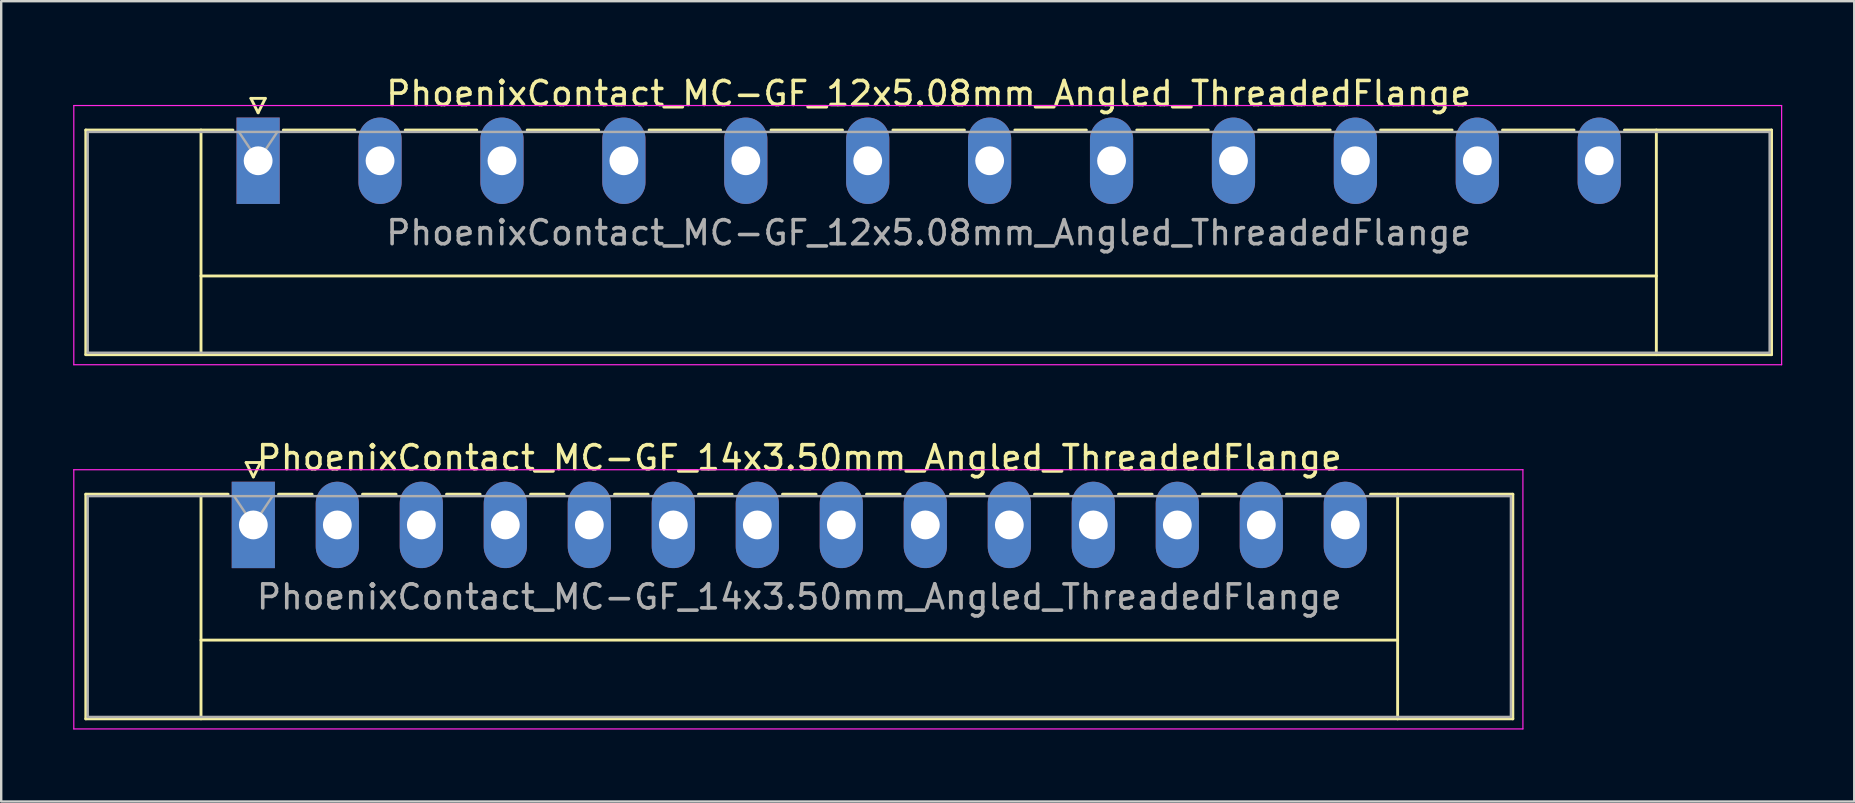
<source format=kicad_pcb>
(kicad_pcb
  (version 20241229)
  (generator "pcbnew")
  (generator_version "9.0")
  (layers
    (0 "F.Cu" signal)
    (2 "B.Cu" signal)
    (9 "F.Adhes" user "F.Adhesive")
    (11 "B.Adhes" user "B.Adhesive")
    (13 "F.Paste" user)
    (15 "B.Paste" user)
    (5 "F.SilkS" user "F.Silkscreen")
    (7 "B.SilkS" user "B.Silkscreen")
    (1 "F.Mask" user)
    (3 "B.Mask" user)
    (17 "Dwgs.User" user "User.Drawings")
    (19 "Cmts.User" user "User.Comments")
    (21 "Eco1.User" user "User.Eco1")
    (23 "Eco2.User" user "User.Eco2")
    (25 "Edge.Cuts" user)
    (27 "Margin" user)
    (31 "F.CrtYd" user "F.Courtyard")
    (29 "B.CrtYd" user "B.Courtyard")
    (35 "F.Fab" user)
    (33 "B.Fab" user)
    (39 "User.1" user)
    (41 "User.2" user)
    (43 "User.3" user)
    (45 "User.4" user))
  (footprint "PhoenixContact_MC-GF_14x3.50mm_Angled_ThreadedFlange"
    (layer "F.Cu")
    (at 7.505 18.822)
    (property "Reference" "PhoenixContact_MC-GF_14x3.50mm_Angled_ThreadedFlange" (at 22.75 -2.8 0) (layer "F.SilkS") (effects (font (size 1 1) (thickness 0.15))))
    (attr through_hole)
    (fp_line (start -6.98 -1.28) (end -6.98 8.08) (stroke (width 0.12) (type solid)) (layer "F.SilkS"))
    (fp_line (start -6.98 -1.28) (end -1.05 -1.28) (stroke (width 0.12) (type solid)) (layer "F.SilkS"))
    (fp_line (start -6.98 8.08) (end 52.48 8.08) (stroke (width 0.12) (type solid)) (layer "F.SilkS"))
    (fp_line (start -2.18 -1.28) (end -2.18 8.08) (stroke (width 0.12) (type solid)) (layer "F.SilkS"))
    (fp_line (start -2.18 4.8) (end 47.68 4.8) (stroke (width 0.12) (type solid)) (layer "F.SilkS"))
    (fp_line (start -0.3 -2.6) (end 0.3 -2.6) (stroke (width 0.12) (type solid)) (layer "F.SilkS"))
    (fp_line (start 0 -2) (end -0.3 -2.6) (stroke (width 0.12) (type solid)) (layer "F.SilkS"))
    (fp_line (start 0.3 -2.6) (end 0 -2) (stroke (width 0.12) (type solid)) (layer "F.SilkS"))
    (fp_line (start 1.05 -1.28) (end 2.45 -1.28) (stroke (width 0.12) (type solid)) (layer "F.SilkS"))
    (fp_line (start 4.55 -1.28) (end 5.95 -1.28) (stroke (width 0.12) (type solid)) (layer "F.SilkS"))
    (fp_line (start 8.05 -1.28) (end 9.45 -1.28) (stroke (width 0.12) (type solid)) (layer "F.SilkS"))
    (fp_line (start 11.55 -1.28) (end 12.95 -1.28) (stroke (width 0.12) (type solid)) (layer "F.SilkS"))
    (fp_line (start 15.05 -1.28) (end 16.45 -1.28) (stroke (width 0.12) (type solid)) (layer "F.SilkS"))
    (fp_line (start 18.55 -1.28) (end 19.95 -1.28) (stroke (width 0.12) (type solid)) (layer "F.SilkS"))
    (fp_line (start 22.05 -1.28) (end 23.45 -1.28) (stroke (width 0.12) (type solid)) (layer "F.SilkS"))
    (fp_line (start 25.55 -1.28) (end 26.95 -1.28) (stroke (width 0.12) (type solid)) (layer "F.SilkS"))
    (fp_line (start 29.05 -1.28) (end 30.45 -1.28) (stroke (width 0.12) (type solid)) (layer "F.SilkS"))
    (fp_line (start 32.55 -1.28) (end 33.95 -1.28) (stroke (width 0.12) (type solid)) (layer "F.SilkS"))
    (fp_line (start 36.05 -1.28) (end 37.45 -1.28) (stroke (width 0.12) (type solid)) (layer "F.SilkS"))
    (fp_line (start 39.55 -1.28) (end 40.95 -1.28) (stroke (width 0.12) (type solid)) (layer "F.SilkS"))
    (fp_line (start 43.05 -1.28) (end 44.45 -1.28) (stroke (width 0.12) (type solid)) (layer "F.SilkS"))
    (fp_line (start 47.68 -1.28) (end 47.68 8.08) (stroke (width 0.12) (type solid)) (layer "F.SilkS"))
    (fp_line (start 52.48 -1.28) (end 46.55 -1.28) (stroke (width 0.12) (type solid)) (layer "F.SilkS"))
    (fp_line (start 52.48 8.08) (end 52.48 -1.28) (stroke (width 0.12) (type solid)) (layer "F.SilkS"))
    (fp_line (start -7.48 -2.3) (end -7.48 8.5) (stroke (width 0.05) (type solid)) (layer "F.CrtYd"))
    (fp_line (start -7.48 8.5) (end 52.9 8.5) (stroke (width 0.05) (type solid)) (layer "F.CrtYd"))
    (fp_line (start 52.9 -2.3) (end -7.48 -2.3) (stroke (width 0.05) (type solid)) (layer "F.CrtYd"))
    (fp_line (start 52.9 8.5) (end 52.9 -2.3) (stroke (width 0.05) (type solid)) (layer "F.CrtYd"))
    (fp_line (start -6.9 -1.2) (end -6.9 8) (stroke (width 0.1) (type solid)) (layer "F.Fab"))
    (fp_line (start -6.9 8) (end 52.4 8) (stroke (width 0.1) (type solid)) (layer "F.Fab"))
    (fp_line (start 0 0) (end -0.8 -1.2) (stroke (width 0.1) (type solid)) (layer "F.Fab"))
    (fp_line (start 0.8 -1.2) (end 0 0) (stroke (width 0.1) (type solid)) (layer "F.Fab"))
    (fp_line (start 52.4 -1.2) (end -6.9 -1.2) (stroke (width 0.1) (type solid)) (layer "F.Fab"))
    (fp_line (start 52.4 8) (end 52.4 -1.2) (stroke (width 0.1) (type solid)) (layer "F.Fab"))
    (fp_text user "${REFERENCE}" (at 22.75 3 0) (layer "F.Fab") (effects (font (size 1 1) (thickness 0.15))))
    (pad "1" thru_hole rect (at 0 0) (size 1.8 3.6) (drill 1.2) (layers "*.Cu" "*.Mask"))
    (pad "2" thru_hole oval (at 3.5 0) (size 1.8 3.6) (drill 1.2) (layers "*.Cu" "*.Mask"))
    (pad "3" thru_hole oval (at 7 0) (size 1.8 3.6) (drill 1.2) (layers "*.Cu" "*.Mask"))
    (pad "4" thru_hole oval (at 10.5 0) (size 1.8 3.6) (drill 1.2) (layers "*.Cu" "*.Mask"))
    (pad "5" thru_hole oval (at 14 0) (size 1.8 3.6) (drill 1.2) (layers "*.Cu" "*.Mask"))
    (pad "6" thru_hole oval (at 17.5 0) (size 1.8 3.6) (drill 1.2) (layers "*.Cu" "*.Mask"))
    (pad "7" thru_hole oval (at 21 0) (size 1.8 3.6) (drill 1.2) (layers "*.Cu" "*.Mask"))
    (pad "8" thru_hole oval (at 24.5 0) (size 1.8 3.6) (drill 1.2) (layers "*.Cu" "*.Mask"))
    (pad "9" thru_hole oval (at 28 0) (size 1.8 3.6) (drill 1.2) (layers "*.Cu" "*.Mask"))
    (pad "10" thru_hole oval (at 31.5 0) (size 1.8 3.6) (drill 1.2) (layers "*.Cu" "*.Mask"))
    (pad "11" thru_hole oval (at 35 0) (size 1.8 3.6) (drill 1.2) (layers "*.Cu" "*.Mask"))
    (pad "12" thru_hole oval (at 38.5 0) (size 1.8 3.6) (drill 1.2) (layers "*.Cu" "*.Mask"))
    (pad "13" thru_hole oval (at 42 0) (size 1.8 3.6) (drill 1.2) (layers "*.Cu" "*.Mask"))
    (pad "14" thru_hole oval (at 45.5 0) (size 1.8 3.6) (drill 1.2) (layers "*.Cu" "*.Mask")))
  (footprint "PhoenixContact_MC-GF_12x5.08mm_Angled_ThreadedFlange"
    (layer "F.Cu")
    (at 7.705 3.648)
    (property "Reference" "PhoenixContact_MC-GF_12x5.08mm_Angled_ThreadedFlange" (at 27.94 -2.8 0) (layer "F.SilkS") (effects (font (size 1 1) (thickness 0.15))))
    (attr through_hole)
    (fp_line (start -7.18 -1.28) (end -7.18 8.08) (stroke (width 0.12) (type solid)) (layer "F.SilkS"))
    (fp_line (start -7.18 -1.28) (end -1.05 -1.28) (stroke (width 0.12) (type solid)) (layer "F.SilkS"))
    (fp_line (start -7.18 8.08) (end 63.06 8.08) (stroke (width 0.12) (type solid)) (layer "F.SilkS"))
    (fp_line (start -2.38 -1.28) (end -2.38 8.08) (stroke (width 0.12) (type solid)) (layer "F.SilkS"))
    (fp_line (start -2.38 4.8) (end 58.26 4.8) (stroke (width 0.12) (type solid)) (layer "F.SilkS"))
    (fp_line (start -0.3 -2.6) (end 0.3 -2.6) (stroke (width 0.12) (type solid)) (layer "F.SilkS"))
    (fp_line (start 0 -2) (end -0.3 -2.6) (stroke (width 0.12) (type solid)) (layer "F.SilkS"))
    (fp_line (start 0.3 -2.6) (end 0 -2) (stroke (width 0.12) (type solid)) (layer "F.SilkS"))
    (fp_line (start 1.05 -1.28) (end 4.03 -1.28) (stroke (width 0.12) (type solid)) (layer "F.SilkS"))
    (fp_line (start 6.13 -1.28) (end 9.11 -1.28) (stroke (width 0.12) (type solid)) (layer "F.SilkS"))
    (fp_line (start 11.21 -1.28) (end 14.19 -1.28) (stroke (width 0.12) (type solid)) (layer "F.SilkS"))
    (fp_line (start 16.29 -1.28) (end 19.27 -1.28) (stroke (width 0.12) (type solid)) (layer "F.SilkS"))
    (fp_line (start 21.37 -1.28) (end 24.35 -1.28) (stroke (width 0.12) (type solid)) (layer "F.SilkS"))
    (fp_line (start 26.45 -1.28) (end 29.43 -1.28) (stroke (width 0.12) (type solid)) (layer "F.SilkS"))
    (fp_line (start 31.53 -1.28) (end 34.51 -1.28) (stroke (width 0.12) (type solid)) (layer "F.SilkS"))
    (fp_line (start 36.61 -1.28) (end 39.59 -1.28) (stroke (width 0.12) (type solid)) (layer "F.SilkS"))
    (fp_line (start 41.69 -1.28) (end 44.67 -1.28) (stroke (width 0.12) (type solid)) (layer "F.SilkS"))
    (fp_line (start 46.77 -1.28) (end 49.75 -1.28) (stroke (width 0.12) (type solid)) (layer "F.SilkS"))
    (fp_line (start 51.85 -1.28) (end 54.83 -1.28) (stroke (width 0.12) (type solid)) (layer "F.SilkS"))
    (fp_line (start 58.26 -1.28) (end 58.26 8.08) (stroke (width 0.12) (type solid)) (layer "F.SilkS"))
    (fp_line (start 63.06 -1.28) (end 56.93 -1.28) (stroke (width 0.12) (type solid)) (layer "F.SilkS"))
    (fp_line (start 63.06 8.08) (end 63.06 -1.28) (stroke (width 0.12) (type solid)) (layer "F.SilkS"))
    (fp_line (start -7.68 -2.3) (end -7.68 8.5) (stroke (width 0.05) (type solid)) (layer "F.CrtYd"))
    (fp_line (start -7.68 8.5) (end 63.48 8.5) (stroke (width 0.05) (type solid)) (layer "F.CrtYd"))
    (fp_line (start 63.48 -2.3) (end -7.68 -2.3) (stroke (width 0.05) (type solid)) (layer "F.CrtYd"))
    (fp_line (start 63.48 8.5) (end 63.48 -2.3) (stroke (width 0.05) (type solid)) (layer "F.CrtYd"))
    (fp_line (start -7.1 -1.2) (end -7.1 8) (stroke (width 0.1) (type solid)) (layer "F.Fab"))
    (fp_line (start -7.1 8) (end 62.98 8) (stroke (width 0.1) (type solid)) (layer "F.Fab"))
    (fp_line (start 0 0) (end -0.8 -1.2) (stroke (width 0.1) (type solid)) (layer "F.Fab"))
    (fp_line (start 0.8 -1.2) (end 0 0) (stroke (width 0.1) (type solid)) (layer "F.Fab"))
    (fp_line (start 62.98 -1.2) (end -7.1 -1.2) (stroke (width 0.1) (type solid)) (layer "F.Fab"))
    (fp_line (start 62.98 8) (end 62.98 -1.2) (stroke (width 0.1) (type solid)) (layer "F.Fab"))
    (fp_text user "${REFERENCE}" (at 27.94 3 0) (layer "F.Fab") (effects (font (size 1 1) (thickness 0.15))))
    (pad "1" thru_hole rect (at 0 0) (size 1.8 3.6) (drill 1.2) (layers "*.Cu" "*.Mask"))
    (pad "2" thru_hole oval (at 5.08 0) (size 1.8 3.6) (drill 1.2) (layers "*.Cu" "*.Mask"))
    (pad "3" thru_hole oval (at 10.16 0) (size 1.8 3.6) (drill 1.2) (layers "*.Cu" "*.Mask"))
    (pad "4" thru_hole oval (at 15.24 0) (size 1.8 3.6) (drill 1.2) (layers "*.Cu" "*.Mask"))
    (pad "5" thru_hole oval (at 20.32 0) (size 1.8 3.6) (drill 1.2) (layers "*.Cu" "*.Mask"))
    (pad "6" thru_hole oval (at 25.4 0) (size 1.8 3.6) (drill 1.2) (layers "*.Cu" "*.Mask"))
    (pad "7" thru_hole oval (at 30.48 0) (size 1.8 3.6) (drill 1.2) (layers "*.Cu" "*.Mask"))
    (pad "8" thru_hole oval (at 35.56 0) (size 1.8 3.6) (drill 1.2) (layers "*.Cu" "*.Mask"))
    (pad "9" thru_hole oval (at 40.64 0) (size 1.8 3.6) (drill 1.2) (layers "*.Cu" "*.Mask"))
    (pad "10" thru_hole oval (at 45.72 0) (size 1.8 3.6) (drill 1.2) (layers "*.Cu" "*.Mask"))
    (pad "11" thru_hole oval (at 50.8 0) (size 1.8 3.6) (drill 1.2) (layers "*.Cu" "*.Mask"))
    (pad "12" thru_hole oval (at 55.88 0) (size 1.8 3.6) (drill 1.2) (layers "*.Cu" "*.Mask")))
  (gr_rect
    (start -3 -3)
    (end 74.21 30.346)
    (stroke (width 0.1) (type default))
    (fill no)
    (layer "Edge.Cuts")))
</source>
